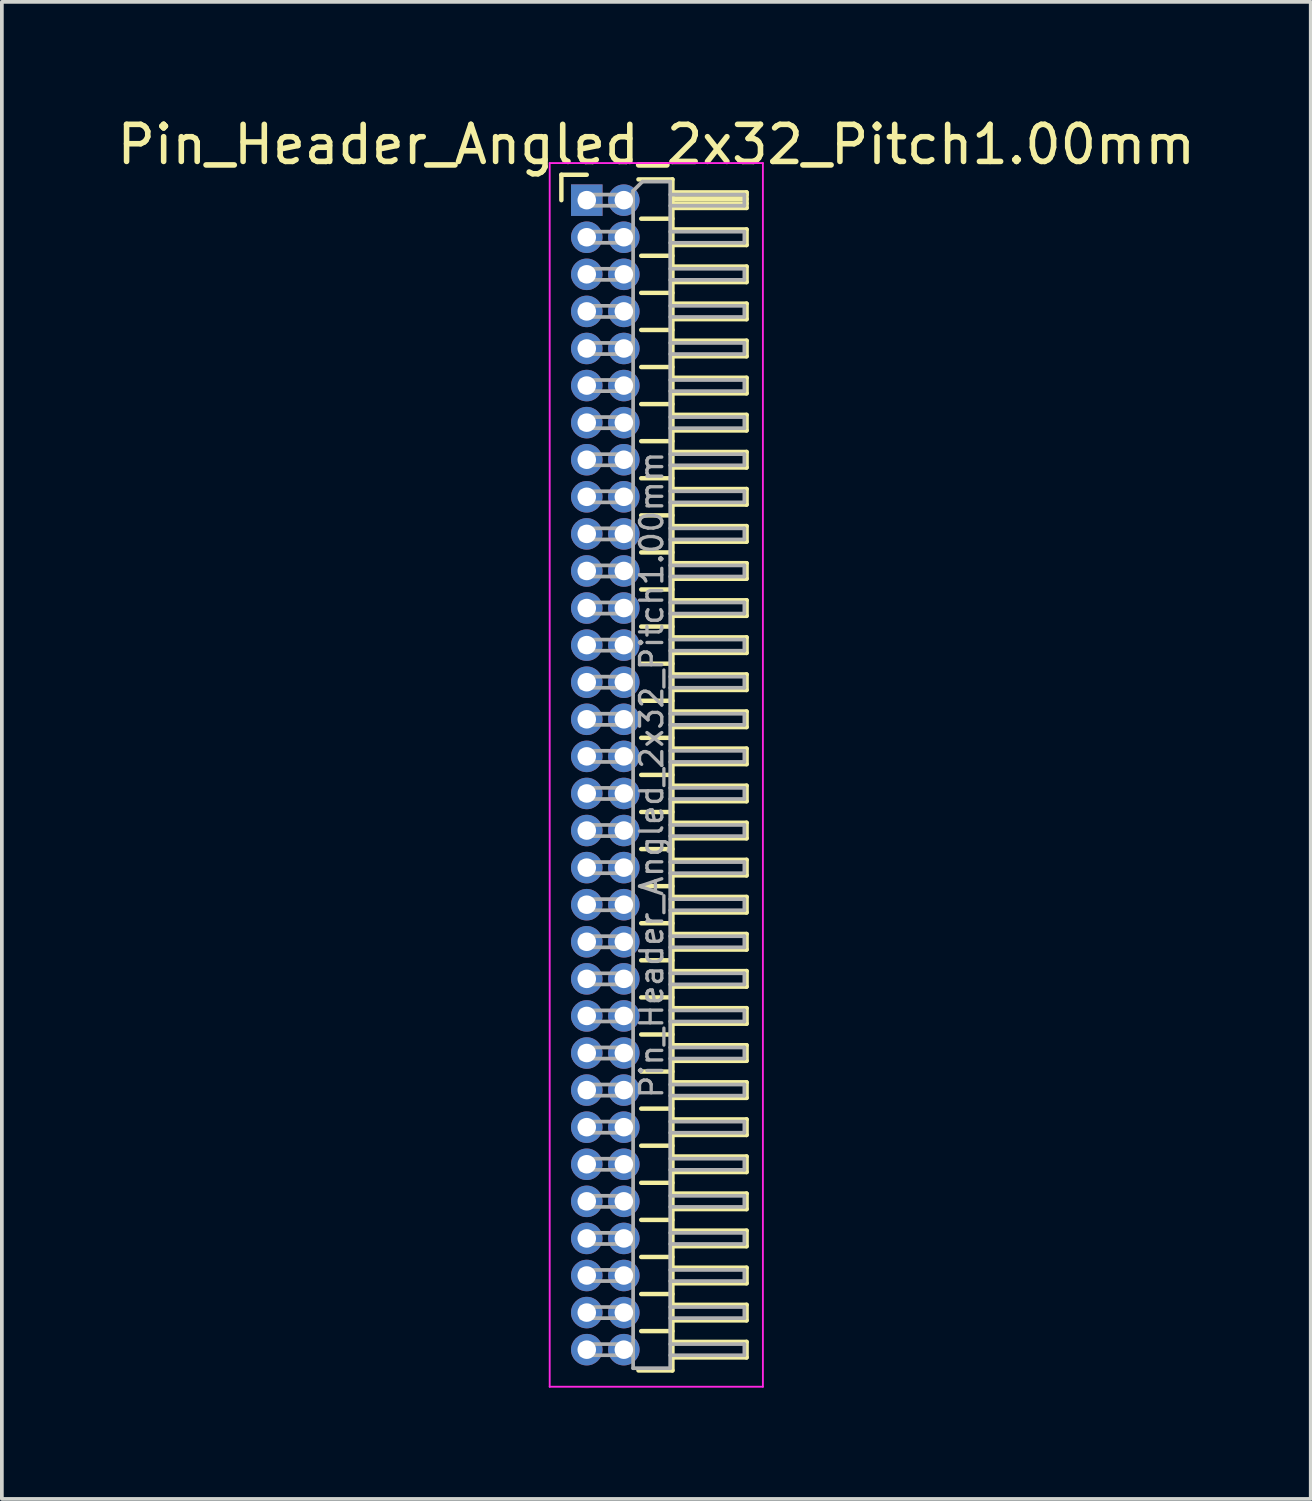
<source format=kicad_pcb>
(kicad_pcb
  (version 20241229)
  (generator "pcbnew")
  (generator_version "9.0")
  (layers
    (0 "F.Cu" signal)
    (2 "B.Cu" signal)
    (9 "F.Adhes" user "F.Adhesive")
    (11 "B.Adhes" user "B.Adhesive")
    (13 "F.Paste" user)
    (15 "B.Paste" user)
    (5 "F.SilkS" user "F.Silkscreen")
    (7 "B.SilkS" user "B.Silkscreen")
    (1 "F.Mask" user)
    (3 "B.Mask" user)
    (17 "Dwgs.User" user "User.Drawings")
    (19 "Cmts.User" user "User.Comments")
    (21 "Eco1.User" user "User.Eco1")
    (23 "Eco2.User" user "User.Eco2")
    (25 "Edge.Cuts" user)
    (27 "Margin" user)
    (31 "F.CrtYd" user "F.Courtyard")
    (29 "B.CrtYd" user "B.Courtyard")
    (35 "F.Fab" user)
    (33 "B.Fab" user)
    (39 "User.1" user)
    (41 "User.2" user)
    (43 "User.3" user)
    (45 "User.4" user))
  (footprint "Pin_Header_Angled_2x32_Pitch1.00mm"
    (layer "F.Cu")
    (at 12.774 2.348)
    (property "Reference" "Pin_Header_Angled_2x32_Pitch1.00mm" (at 1.875 -1.5 0) (layer "F.SilkS") (effects (font (size 1 1) (thickness 0.15))))
    (attr through_hole)
    (fp_line (start -0.685 -0.685) (end 0 -0.685) (stroke (width 0.12) (type solid)) (layer "F.SilkS"))
    (fp_line (start -0.685 0) (end -0.685 -0.685) (stroke (width 0.12) (type solid)) (layer "F.SilkS"))
    (fp_line (start 1.394 -0.56) (end 2.31 -0.56) (stroke (width 0.12) (type solid)) (layer "F.SilkS"))
    (fp_line (start 1.468 0.5) (end 2.31 0.5) (stroke (width 0.12) (type solid)) (layer "F.SilkS"))
    (fp_line (start 1.468 1.5) (end 2.31 1.5) (stroke (width 0.12) (type solid)) (layer "F.SilkS"))
    (fp_line (start 1.468 2.5) (end 2.31 2.5) (stroke (width 0.12) (type solid)) (layer "F.SilkS"))
    (fp_line (start 1.468 3.5) (end 2.31 3.5) (stroke (width 0.12) (type solid)) (layer "F.SilkS"))
    (fp_line (start 1.468 4.5) (end 2.31 4.5) (stroke (width 0.12) (type solid)) (layer "F.SilkS"))
    (fp_line (start 1.468 5.5) (end 2.31 5.5) (stroke (width 0.12) (type solid)) (layer "F.SilkS"))
    (fp_line (start 1.468 6.5) (end 2.31 6.5) (stroke (width 0.12) (type solid)) (layer "F.SilkS"))
    (fp_line (start 1.468 7.5) (end 2.31 7.5) (stroke (width 0.12) (type solid)) (layer "F.SilkS"))
    (fp_line (start 1.468 8.5) (end 2.31 8.5) (stroke (width 0.12) (type solid)) (layer "F.SilkS"))
    (fp_line (start 1.468 9.5) (end 2.31 9.5) (stroke (width 0.12) (type solid)) (layer "F.SilkS"))
    (fp_line (start 1.468 10.5) (end 2.31 10.5) (stroke (width 0.12) (type solid)) (layer "F.SilkS"))
    (fp_line (start 1.468 11.5) (end 2.31 11.5) (stroke (width 0.12) (type solid)) (layer "F.SilkS"))
    (fp_line (start 1.468 12.5) (end 2.31 12.5) (stroke (width 0.12) (type solid)) (layer "F.SilkS"))
    (fp_line (start 1.468 13.5) (end 2.31 13.5) (stroke (width 0.12) (type solid)) (layer "F.SilkS"))
    (fp_line (start 1.468 14.5) (end 2.31 14.5) (stroke (width 0.12) (type solid)) (layer "F.SilkS"))
    (fp_line (start 1.468 15.5) (end 2.31 15.5) (stroke (width 0.12) (type solid)) (layer "F.SilkS"))
    (fp_line (start 1.468 16.5) (end 2.31 16.5) (stroke (width 0.12) (type solid)) (layer "F.SilkS"))
    (fp_line (start 1.468 17.5) (end 2.31 17.5) (stroke (width 0.12) (type solid)) (layer "F.SilkS"))
    (fp_line (start 1.468 18.5) (end 2.31 18.5) (stroke (width 0.12) (type solid)) (layer "F.SilkS"))
    (fp_line (start 1.468 19.5) (end 2.31 19.5) (stroke (width 0.12) (type solid)) (layer "F.SilkS"))
    (fp_line (start 1.468 20.5) (end 2.31 20.5) (stroke (width 0.12) (type solid)) (layer "F.SilkS"))
    (fp_line (start 1.468 21.5) (end 2.31 21.5) (stroke (width 0.12) (type solid)) (layer "F.SilkS"))
    (fp_line (start 1.468 22.5) (end 2.31 22.5) (stroke (width 0.12) (type solid)) (layer "F.SilkS"))
    (fp_line (start 1.468 23.5) (end 2.31 23.5) (stroke (width 0.12) (type solid)) (layer "F.SilkS"))
    (fp_line (start 1.468 24.5) (end 2.31 24.5) (stroke (width 0.12) (type solid)) (layer "F.SilkS"))
    (fp_line (start 1.468 25.5) (end 2.31 25.5) (stroke (width 0.12) (type solid)) (layer "F.SilkS"))
    (fp_line (start 1.468 26.5) (end 2.31 26.5) (stroke (width 0.12) (type solid)) (layer "F.SilkS"))
    (fp_line (start 1.468 27.5) (end 2.31 27.5) (stroke (width 0.12) (type solid)) (layer "F.SilkS"))
    (fp_line (start 1.468 28.5) (end 2.31 28.5) (stroke (width 0.12) (type solid)) (layer "F.SilkS"))
    (fp_line (start 1.468 29.5) (end 2.31 29.5) (stroke (width 0.12) (type solid)) (layer "F.SilkS"))
    (fp_line (start 1.468 30.5) (end 2.31 30.5) (stroke (width 0.12) (type solid)) (layer "F.SilkS"))
    (fp_line (start 2.31 -0.56) (end 2.31 31.56) (stroke (width 0.12) (type solid)) (layer "F.SilkS"))
    (fp_line (start 2.31 -0.21) (end 4.31 -0.21) (stroke (width 0.12) (type solid)) (layer "F.SilkS"))
    (fp_line (start 2.31 -0.15) (end 4.31 -0.15) (stroke (width 0.12) (type solid)) (layer "F.SilkS"))
    (fp_line (start 2.31 -0.03) (end 4.31 -0.03) (stroke (width 0.12) (type solid)) (layer "F.SilkS"))
    (fp_line (start 2.31 0.09) (end 4.31 0.09) (stroke (width 0.12) (type solid)) (layer "F.SilkS"))
    (fp_line (start 2.31 0.79) (end 4.31 0.79) (stroke (width 0.12) (type solid)) (layer "F.SilkS"))
    (fp_line (start 2.31 1.79) (end 4.31 1.79) (stroke (width 0.12) (type solid)) (layer "F.SilkS"))
    (fp_line (start 2.31 2.79) (end 4.31 2.79) (stroke (width 0.12) (type solid)) (layer "F.SilkS"))
    (fp_line (start 2.31 3.79) (end 4.31 3.79) (stroke (width 0.12) (type solid)) (layer "F.SilkS"))
    (fp_line (start 2.31 4.79) (end 4.31 4.79) (stroke (width 0.12) (type solid)) (layer "F.SilkS"))
    (fp_line (start 2.31 5.79) (end 4.31 5.79) (stroke (width 0.12) (type solid)) (layer "F.SilkS"))
    (fp_line (start 2.31 6.79) (end 4.31 6.79) (stroke (width 0.12) (type solid)) (layer "F.SilkS"))
    (fp_line (start 2.31 7.79) (end 4.31 7.79) (stroke (width 0.12) (type solid)) (layer "F.SilkS"))
    (fp_line (start 2.31 8.79) (end 4.31 8.79) (stroke (width 0.12) (type solid)) (layer "F.SilkS"))
    (fp_line (start 2.31 9.79) (end 4.31 9.79) (stroke (width 0.12) (type solid)) (layer "F.SilkS"))
    (fp_line (start 2.31 10.79) (end 4.31 10.79) (stroke (width 0.12) (type solid)) (layer "F.SilkS"))
    (fp_line (start 2.31 11.79) (end 4.31 11.79) (stroke (width 0.12) (type solid)) (layer "F.SilkS"))
    (fp_line (start 2.31 12.79) (end 4.31 12.79) (stroke (width 0.12) (type solid)) (layer "F.SilkS"))
    (fp_line (start 2.31 13.79) (end 4.31 13.79) (stroke (width 0.12) (type solid)) (layer "F.SilkS"))
    (fp_line (start 2.31 14.79) (end 4.31 14.79) (stroke (width 0.12) (type solid)) (layer "F.SilkS"))
    (fp_line (start 2.31 15.79) (end 4.31 15.79) (stroke (width 0.12) (type solid)) (layer "F.SilkS"))
    (fp_line (start 2.31 16.79) (end 4.31 16.79) (stroke (width 0.12) (type solid)) (layer "F.SilkS"))
    (fp_line (start 2.31 17.79) (end 4.31 17.79) (stroke (width 0.12) (type solid)) (layer "F.SilkS"))
    (fp_line (start 2.31 18.79) (end 4.31 18.79) (stroke (width 0.12) (type solid)) (layer "F.SilkS"))
    (fp_line (start 2.31 19.79) (end 4.31 19.79) (stroke (width 0.12) (type solid)) (layer "F.SilkS"))
    (fp_line (start 2.31 20.79) (end 4.31 20.79) (stroke (width 0.12) (type solid)) (layer "F.SilkS"))
    (fp_line (start 2.31 21.79) (end 4.31 21.79) (stroke (width 0.12) (type solid)) (layer "F.SilkS"))
    (fp_line (start 2.31 22.79) (end 4.31 22.79) (stroke (width 0.12) (type solid)) (layer "F.SilkS"))
    (fp_line (start 2.31 23.79) (end 4.31 23.79) (stroke (width 0.12) (type solid)) (layer "F.SilkS"))
    (fp_line (start 2.31 24.79) (end 4.31 24.79) (stroke (width 0.12) (type solid)) (layer "F.SilkS"))
    (fp_line (start 2.31 25.79) (end 4.31 25.79) (stroke (width 0.12) (type solid)) (layer "F.SilkS"))
    (fp_line (start 2.31 26.79) (end 4.31 26.79) (stroke (width 0.12) (type solid)) (layer "F.SilkS"))
    (fp_line (start 2.31 27.79) (end 4.31 27.79) (stroke (width 0.12) (type solid)) (layer "F.SilkS"))
    (fp_line (start 2.31 28.79) (end 4.31 28.79) (stroke (width 0.12) (type solid)) (layer "F.SilkS"))
    (fp_line (start 2.31 29.79) (end 4.31 29.79) (stroke (width 0.12) (type solid)) (layer "F.SilkS"))
    (fp_line (start 2.31 30.79) (end 4.31 30.79) (stroke (width 0.12) (type solid)) (layer "F.SilkS"))
    (fp_line (start 2.31 31.56) (end 1.394 31.56) (stroke (width 0.12) (type solid)) (layer "F.SilkS"))
    (fp_line (start 4.31 -0.21) (end 4.31 0.21) (stroke (width 0.12) (type solid)) (layer "F.SilkS"))
    (fp_line (start 4.31 0.21) (end 2.31 0.21) (stroke (width 0.12) (type solid)) (layer "F.SilkS"))
    (fp_line (start 4.31 0.79) (end 4.31 1.21) (stroke (width 0.12) (type solid)) (layer "F.SilkS"))
    (fp_line (start 4.31 1.21) (end 2.31 1.21) (stroke (width 0.12) (type solid)) (layer "F.SilkS"))
    (fp_line (start 4.31 1.79) (end 4.31 2.21) (stroke (width 0.12) (type solid)) (layer "F.SilkS"))
    (fp_line (start 4.31 2.21) (end 2.31 2.21) (stroke (width 0.12) (type solid)) (layer "F.SilkS"))
    (fp_line (start 4.31 2.79) (end 4.31 3.21) (stroke (width 0.12) (type solid)) (layer "F.SilkS"))
    (fp_line (start 4.31 3.21) (end 2.31 3.21) (stroke (width 0.12) (type solid)) (layer "F.SilkS"))
    (fp_line (start 4.31 3.79) (end 4.31 4.21) (stroke (width 0.12) (type solid)) (layer "F.SilkS"))
    (fp_line (start 4.31 4.21) (end 2.31 4.21) (stroke (width 0.12) (type solid)) (layer "F.SilkS"))
    (fp_line (start 4.31 4.79) (end 4.31 5.21) (stroke (width 0.12) (type solid)) (layer "F.SilkS"))
    (fp_line (start 4.31 5.21) (end 2.31 5.21) (stroke (width 0.12) (type solid)) (layer "F.SilkS"))
    (fp_line (start 4.31 5.79) (end 4.31 6.21) (stroke (width 0.12) (type solid)) (layer "F.SilkS"))
    (fp_line (start 4.31 6.21) (end 2.31 6.21) (stroke (width 0.12) (type solid)) (layer "F.SilkS"))
    (fp_line (start 4.31 6.79) (end 4.31 7.21) (stroke (width 0.12) (type solid)) (layer "F.SilkS"))
    (fp_line (start 4.31 7.21) (end 2.31 7.21) (stroke (width 0.12) (type solid)) (layer "F.SilkS"))
    (fp_line (start 4.31 7.79) (end 4.31 8.21) (stroke (width 0.12) (type solid)) (layer "F.SilkS"))
    (fp_line (start 4.31 8.21) (end 2.31 8.21) (stroke (width 0.12) (type solid)) (layer "F.SilkS"))
    (fp_line (start 4.31 8.79) (end 4.31 9.21) (stroke (width 0.12) (type solid)) (layer "F.SilkS"))
    (fp_line (start 4.31 9.21) (end 2.31 9.21) (stroke (width 0.12) (type solid)) (layer "F.SilkS"))
    (fp_line (start 4.31 9.79) (end 4.31 10.21) (stroke (width 0.12) (type solid)) (layer "F.SilkS"))
    (fp_line (start 4.31 10.21) (end 2.31 10.21) (stroke (width 0.12) (type solid)) (layer "F.SilkS"))
    (fp_line (start 4.31 10.79) (end 4.31 11.21) (stroke (width 0.12) (type solid)) (layer "F.SilkS"))
    (fp_line (start 4.31 11.21) (end 2.31 11.21) (stroke (width 0.12) (type solid)) (layer "F.SilkS"))
    (fp_line (start 4.31 11.79) (end 4.31 12.21) (stroke (width 0.12) (type solid)) (layer "F.SilkS"))
    (fp_line (start 4.31 12.21) (end 2.31 12.21) (stroke (width 0.12) (type solid)) (layer "F.SilkS"))
    (fp_line (start 4.31 12.79) (end 4.31 13.21) (stroke (width 0.12) (type solid)) (layer "F.SilkS"))
    (fp_line (start 4.31 13.21) (end 2.31 13.21) (stroke (width 0.12) (type solid)) (layer "F.SilkS"))
    (fp_line (start 4.31 13.79) (end 4.31 14.21) (stroke (width 0.12) (type solid)) (layer "F.SilkS"))
    (fp_line (start 4.31 14.21) (end 2.31 14.21) (stroke (width 0.12) (type solid)) (layer "F.SilkS"))
    (fp_line (start 4.31 14.79) (end 4.31 15.21) (stroke (width 0.12) (type solid)) (layer "F.SilkS"))
    (fp_line (start 4.31 15.21) (end 2.31 15.21) (stroke (width 0.12) (type solid)) (layer "F.SilkS"))
    (fp_line (start 4.31 15.79) (end 4.31 16.21) (stroke (width 0.12) (type solid)) (layer "F.SilkS"))
    (fp_line (start 4.31 16.21) (end 2.31 16.21) (stroke (width 0.12) (type solid)) (layer "F.SilkS"))
    (fp_line (start 4.31 16.79) (end 4.31 17.21) (stroke (width 0.12) (type solid)) (layer "F.SilkS"))
    (fp_line (start 4.31 17.21) (end 2.31 17.21) (stroke (width 0.12) (type solid)) (layer "F.SilkS"))
    (fp_line (start 4.31 17.79) (end 4.31 18.21) (stroke (width 0.12) (type solid)) (layer "F.SilkS"))
    (fp_line (start 4.31 18.21) (end 2.31 18.21) (stroke (width 0.12) (type solid)) (layer "F.SilkS"))
    (fp_line (start 4.31 18.79) (end 4.31 19.21) (stroke (width 0.12) (type solid)) (layer "F.SilkS"))
    (fp_line (start 4.31 19.21) (end 2.31 19.21) (stroke (width 0.12) (type solid)) (layer "F.SilkS"))
    (fp_line (start 4.31 19.79) (end 4.31 20.21) (stroke (width 0.12) (type solid)) (layer "F.SilkS"))
    (fp_line (start 4.31 20.21) (end 2.31 20.21) (stroke (width 0.12) (type solid)) (layer "F.SilkS"))
    (fp_line (start 4.31 20.79) (end 4.31 21.21) (stroke (width 0.12) (type solid)) (layer "F.SilkS"))
    (fp_line (start 4.31 21.21) (end 2.31 21.21) (stroke (width 0.12) (type solid)) (layer "F.SilkS"))
    (fp_line (start 4.31 21.79) (end 4.31 22.21) (stroke (width 0.12) (type solid)) (layer "F.SilkS"))
    (fp_line (start 4.31 22.21) (end 2.31 22.21) (stroke (width 0.12) (type solid)) (layer "F.SilkS"))
    (fp_line (start 4.31 22.79) (end 4.31 23.21) (stroke (width 0.12) (type solid)) (layer "F.SilkS"))
    (fp_line (start 4.31 23.21) (end 2.31 23.21) (stroke (width 0.12) (type solid)) (layer "F.SilkS"))
    (fp_line (start 4.31 23.79) (end 4.31 24.21) (stroke (width 0.12) (type solid)) (layer "F.SilkS"))
    (fp_line (start 4.31 24.21) (end 2.31 24.21) (stroke (width 0.12) (type solid)) (layer "F.SilkS"))
    (fp_line (start 4.31 24.79) (end 4.31 25.21) (stroke (width 0.12) (type solid)) (layer "F.SilkS"))
    (fp_line (start 4.31 25.21) (end 2.31 25.21) (stroke (width 0.12) (type solid)) (layer "F.SilkS"))
    (fp_line (start 4.31 25.79) (end 4.31 26.21) (stroke (width 0.12) (type solid)) (layer "F.SilkS"))
    (fp_line (start 4.31 26.21) (end 2.31 26.21) (stroke (width 0.12) (type solid)) (layer "F.SilkS"))
    (fp_line (start 4.31 26.79) (end 4.31 27.21) (stroke (width 0.12) (type solid)) (layer "F.SilkS"))
    (fp_line (start 4.31 27.21) (end 2.31 27.21) (stroke (width 0.12) (type solid)) (layer "F.SilkS"))
    (fp_line (start 4.31 27.79) (end 4.31 28.21) (stroke (width 0.12) (type solid)) (layer "F.SilkS"))
    (fp_line (start 4.31 28.21) (end 2.31 28.21) (stroke (width 0.12) (type solid)) (layer "F.SilkS"))
    (fp_line (start 4.31 28.79) (end 4.31 29.21) (stroke (width 0.12) (type solid)) (layer "F.SilkS"))
    (fp_line (start 4.31 29.21) (end 2.31 29.21) (stroke (width 0.12) (type solid)) (layer "F.SilkS"))
    (fp_line (start 4.31 29.79) (end 4.31 30.21) (stroke (width 0.12) (type solid)) (layer "F.SilkS"))
    (fp_line (start 4.31 30.21) (end 2.31 30.21) (stroke (width 0.12) (type solid)) (layer "F.SilkS"))
    (fp_line (start 4.31 30.79) (end 4.31 31.21) (stroke (width 0.12) (type solid)) (layer "F.SilkS"))
    (fp_line (start 4.31 31.21) (end 2.31 31.21) (stroke (width 0.12) (type solid)) (layer "F.SilkS"))
    (fp_line (start -1 -1) (end -1 32) (stroke (width 0.05) (type solid)) (layer "F.CrtYd"))
    (fp_line (start -1 32) (end 4.75 32) (stroke (width 0.05) (type solid)) (layer "F.CrtYd"))
    (fp_line (start 4.75 -1) (end -1 -1) (stroke (width 0.05) (type solid)) (layer "F.CrtYd"))
    (fp_line (start 4.75 32) (end 4.75 -1) (stroke (width 0.05) (type solid)) (layer "F.CrtYd"))
    (fp_line (start -0.15 -0.15) (end -0.15 0.15) (stroke (width 0.1) (type solid)) (layer "F.Fab"))
    (fp_line (start -0.15 -0.15) (end 1.25 -0.15) (stroke (width 0.1) (type solid)) (layer "F.Fab"))
    (fp_line (start -0.15 0.15) (end 1.25 0.15) (stroke (width 0.1) (type solid)) (layer "F.Fab"))
    (fp_line (start -0.15 0.85) (end -0.15 1.15) (stroke (width 0.1) (type solid)) (layer "F.Fab"))
    (fp_line (start -0.15 0.85) (end 1.25 0.85) (stroke (width 0.1) (type solid)) (layer "F.Fab"))
    (fp_line (start -0.15 1.15) (end 1.25 1.15) (stroke (width 0.1) (type solid)) (layer "F.Fab"))
    (fp_line (start -0.15 1.85) (end -0.15 2.15) (stroke (width 0.1) (type solid)) (layer "F.Fab"))
    (fp_line (start -0.15 1.85) (end 1.25 1.85) (stroke (width 0.1) (type solid)) (layer "F.Fab"))
    (fp_line (start -0.15 2.15) (end 1.25 2.15) (stroke (width 0.1) (type solid)) (layer "F.Fab"))
    (fp_line (start -0.15 2.85) (end -0.15 3.15) (stroke (width 0.1) (type solid)) (layer "F.Fab"))
    (fp_line (start -0.15 2.85) (end 1.25 2.85) (stroke (width 0.1) (type solid)) (layer "F.Fab"))
    (fp_line (start -0.15 3.15) (end 1.25 3.15) (stroke (width 0.1) (type solid)) (layer "F.Fab"))
    (fp_line (start -0.15 3.85) (end -0.15 4.15) (stroke (width 0.1) (type solid)) (layer "F.Fab"))
    (fp_line (start -0.15 3.85) (end 1.25 3.85) (stroke (width 0.1) (type solid)) (layer "F.Fab"))
    (fp_line (start -0.15 4.15) (end 1.25 4.15) (stroke (width 0.1) (type solid)) (layer "F.Fab"))
    (fp_line (start -0.15 4.85) (end -0.15 5.15) (stroke (width 0.1) (type solid)) (layer "F.Fab"))
    (fp_line (start -0.15 4.85) (end 1.25 4.85) (stroke (width 0.1) (type solid)) (layer "F.Fab"))
    (fp_line (start -0.15 5.15) (end 1.25 5.15) (stroke (width 0.1) (type solid)) (layer "F.Fab"))
    (fp_line (start -0.15 5.85) (end -0.15 6.15) (stroke (width 0.1) (type solid)) (layer "F.Fab"))
    (fp_line (start -0.15 5.85) (end 1.25 5.85) (stroke (width 0.1) (type solid)) (layer "F.Fab"))
    (fp_line (start -0.15 6.15) (end 1.25 6.15) (stroke (width 0.1) (type solid)) (layer "F.Fab"))
    (fp_line (start -0.15 6.85) (end -0.15 7.15) (stroke (width 0.1) (type solid)) (layer "F.Fab"))
    (fp_line (start -0.15 6.85) (end 1.25 6.85) (stroke (width 0.1) (type solid)) (layer "F.Fab"))
    (fp_line (start -0.15 7.15) (end 1.25 7.15) (stroke (width 0.1) (type solid)) (layer "F.Fab"))
    (fp_line (start -0.15 7.85) (end -0.15 8.15) (stroke (width 0.1) (type solid)) (layer "F.Fab"))
    (fp_line (start -0.15 7.85) (end 1.25 7.85) (stroke (width 0.1) (type solid)) (layer "F.Fab"))
    (fp_line (start -0.15 8.15) (end 1.25 8.15) (stroke (width 0.1) (type solid)) (layer "F.Fab"))
    (fp_line (start -0.15 8.85) (end -0.15 9.15) (stroke (width 0.1) (type solid)) (layer "F.Fab"))
    (fp_line (start -0.15 8.85) (end 1.25 8.85) (stroke (width 0.1) (type solid)) (layer "F.Fab"))
    (fp_line (start -0.15 9.15) (end 1.25 9.15) (stroke (width 0.1) (type solid)) (layer "F.Fab"))
    (fp_line (start -0.15 9.85) (end -0.15 10.15) (stroke (width 0.1) (type solid)) (layer "F.Fab"))
    (fp_line (start -0.15 9.85) (end 1.25 9.85) (stroke (width 0.1) (type solid)) (layer "F.Fab"))
    (fp_line (start -0.15 10.15) (end 1.25 10.15) (stroke (width 0.1) (type solid)) (layer "F.Fab"))
    (fp_line (start -0.15 10.85) (end -0.15 11.15) (stroke (width 0.1) (type solid)) (layer "F.Fab"))
    (fp_line (start -0.15 10.85) (end 1.25 10.85) (stroke (width 0.1) (type solid)) (layer "F.Fab"))
    (fp_line (start -0.15 11.15) (end 1.25 11.15) (stroke (width 0.1) (type solid)) (layer "F.Fab"))
    (fp_line (start -0.15 11.85) (end -0.15 12.15) (stroke (width 0.1) (type solid)) (layer "F.Fab"))
    (fp_line (start -0.15 11.85) (end 1.25 11.85) (stroke (width 0.1) (type solid)) (layer "F.Fab"))
    (fp_line (start -0.15 12.15) (end 1.25 12.15) (stroke (width 0.1) (type solid)) (layer "F.Fab"))
    (fp_line (start -0.15 12.85) (end -0.15 13.15) (stroke (width 0.1) (type solid)) (layer "F.Fab"))
    (fp_line (start -0.15 12.85) (end 1.25 12.85) (stroke (width 0.1) (type solid)) (layer "F.Fab"))
    (fp_line (start -0.15 13.15) (end 1.25 13.15) (stroke (width 0.1) (type solid)) (layer "F.Fab"))
    (fp_line (start -0.15 13.85) (end -0.15 14.15) (stroke (width 0.1) (type solid)) (layer "F.Fab"))
    (fp_line (start -0.15 13.85) (end 1.25 13.85) (stroke (width 0.1) (type solid)) (layer "F.Fab"))
    (fp_line (start -0.15 14.15) (end 1.25 14.15) (stroke (width 0.1) (type solid)) (layer "F.Fab"))
    (fp_line (start -0.15 14.85) (end -0.15 15.15) (stroke (width 0.1) (type solid)) (layer "F.Fab"))
    (fp_line (start -0.15 14.85) (end 1.25 14.85) (stroke (width 0.1) (type solid)) (layer "F.Fab"))
    (fp_line (start -0.15 15.15) (end 1.25 15.15) (stroke (width 0.1) (type solid)) (layer "F.Fab"))
    (fp_line (start -0.15 15.85) (end -0.15 16.15) (stroke (width 0.1) (type solid)) (layer "F.Fab"))
    (fp_line (start -0.15 15.85) (end 1.25 15.85) (stroke (width 0.1) (type solid)) (layer "F.Fab"))
    (fp_line (start -0.15 16.15) (end 1.25 16.15) (stroke (width 0.1) (type solid)) (layer "F.Fab"))
    (fp_line (start -0.15 16.85) (end -0.15 17.15) (stroke (width 0.1) (type solid)) (layer "F.Fab"))
    (fp_line (start -0.15 16.85) (end 1.25 16.85) (stroke (width 0.1) (type solid)) (layer "F.Fab"))
    (fp_line (start -0.15 17.15) (end 1.25 17.15) (stroke (width 0.1) (type solid)) (layer "F.Fab"))
    (fp_line (start -0.15 17.85) (end -0.15 18.15) (stroke (width 0.1) (type solid)) (layer "F.Fab"))
    (fp_line (start -0.15 17.85) (end 1.25 17.85) (stroke (width 0.1) (type solid)) (layer "F.Fab"))
    (fp_line (start -0.15 18.15) (end 1.25 18.15) (stroke (width 0.1) (type solid)) (layer "F.Fab"))
    (fp_line (start -0.15 18.85) (end -0.15 19.15) (stroke (width 0.1) (type solid)) (layer "F.Fab"))
    (fp_line (start -0.15 18.85) (end 1.25 18.85) (stroke (width 0.1) (type solid)) (layer "F.Fab"))
    (fp_line (start -0.15 19.15) (end 1.25 19.15) (stroke (width 0.1) (type solid)) (layer "F.Fab"))
    (fp_line (start -0.15 19.85) (end -0.15 20.15) (stroke (width 0.1) (type solid)) (layer "F.Fab"))
    (fp_line (start -0.15 19.85) (end 1.25 19.85) (stroke (width 0.1) (type solid)) (layer "F.Fab"))
    (fp_line (start -0.15 20.15) (end 1.25 20.15) (stroke (width 0.1) (type solid)) (layer "F.Fab"))
    (fp_line (start -0.15 20.85) (end -0.15 21.15) (stroke (width 0.1) (type solid)) (layer "F.Fab"))
    (fp_line (start -0.15 20.85) (end 1.25 20.85) (stroke (width 0.1) (type solid)) (layer "F.Fab"))
    (fp_line (start -0.15 21.15) (end 1.25 21.15) (stroke (width 0.1) (type solid)) (layer "F.Fab"))
    (fp_line (start -0.15 21.85) (end -0.15 22.15) (stroke (width 0.1) (type solid)) (layer "F.Fab"))
    (fp_line (start -0.15 21.85) (end 1.25 21.85) (stroke (width 0.1) (type solid)) (layer "F.Fab"))
    (fp_line (start -0.15 22.15) (end 1.25 22.15) (stroke (width 0.1) (type solid)) (layer "F.Fab"))
    (fp_line (start -0.15 22.85) (end -0.15 23.15) (stroke (width 0.1) (type solid)) (layer "F.Fab"))
    (fp_line (start -0.15 22.85) (end 1.25 22.85) (stroke (width 0.1) (type solid)) (layer "F.Fab"))
    (fp_line (start -0.15 23.15) (end 1.25 23.15) (stroke (width 0.1) (type solid)) (layer "F.Fab"))
    (fp_line (start -0.15 23.85) (end -0.15 24.15) (stroke (width 0.1) (type solid)) (layer "F.Fab"))
    (fp_line (start -0.15 23.85) (end 1.25 23.85) (stroke (width 0.1) (type solid)) (layer "F.Fab"))
    (fp_line (start -0.15 24.15) (end 1.25 24.15) (stroke (width 0.1) (type solid)) (layer "F.Fab"))
    (fp_line (start -0.15 24.85) (end -0.15 25.15) (stroke (width 0.1) (type solid)) (layer "F.Fab"))
    (fp_line (start -0.15 24.85) (end 1.25 24.85) (stroke (width 0.1) (type solid)) (layer "F.Fab"))
    (fp_line (start -0.15 25.15) (end 1.25 25.15) (stroke (width 0.1) (type solid)) (layer "F.Fab"))
    (fp_line (start -0.15 25.85) (end -0.15 26.15) (stroke (width 0.1) (type solid)) (layer "F.Fab"))
    (fp_line (start -0.15 25.85) (end 1.25 25.85) (stroke (width 0.1) (type solid)) (layer "F.Fab"))
    (fp_line (start -0.15 26.15) (end 1.25 26.15) (stroke (width 0.1) (type solid)) (layer "F.Fab"))
    (fp_line (start -0.15 26.85) (end -0.15 27.15) (stroke (width 0.1) (type solid)) (layer "F.Fab"))
    (fp_line (start -0.15 26.85) (end 1.25 26.85) (stroke (width 0.1) (type solid)) (layer "F.Fab"))
    (fp_line (start -0.15 27.15) (end 1.25 27.15) (stroke (width 0.1) (type solid)) (layer "F.Fab"))
    (fp_line (start -0.15 27.85) (end -0.15 28.15) (stroke (width 0.1) (type solid)) (layer "F.Fab"))
    (fp_line (start -0.15 27.85) (end 1.25 27.85) (stroke (width 0.1) (type solid)) (layer "F.Fab"))
    (fp_line (start -0.15 28.15) (end 1.25 28.15) (stroke (width 0.1) (type solid)) (layer "F.Fab"))
    (fp_line (start -0.15 28.85) (end -0.15 29.15) (stroke (width 0.1) (type solid)) (layer "F.Fab"))
    (fp_line (start -0.15 28.85) (end 1.25 28.85) (stroke (width 0.1) (type solid)) (layer "F.Fab"))
    (fp_line (start -0.15 29.15) (end 1.25 29.15) (stroke (width 0.1) (type solid)) (layer "F.Fab"))
    (fp_line (start -0.15 29.85) (end -0.15 30.15) (stroke (width 0.1) (type solid)) (layer "F.Fab"))
    (fp_line (start -0.15 29.85) (end 1.25 29.85) (stroke (width 0.1) (type solid)) (layer "F.Fab"))
    (fp_line (start -0.15 30.15) (end 1.25 30.15) (stroke (width 0.1) (type solid)) (layer "F.Fab"))
    (fp_line (start -0.15 30.85) (end -0.15 31.15) (stroke (width 0.1) (type solid)) (layer "F.Fab"))
    (fp_line (start -0.15 30.85) (end 1.25 30.85) (stroke (width 0.1) (type solid)) (layer "F.Fab"))
    (fp_line (start -0.15 31.15) (end 1.25 31.15) (stroke (width 0.1) (type solid)) (layer "F.Fab"))
    (fp_line (start 1.25 -0.25) (end 1.5 -0.5) (stroke (width 0.1) (type solid)) (layer "F.Fab"))
    (fp_line (start 1.25 31.5) (end 1.25 -0.25) (stroke (width 0.1) (type solid)) (layer "F.Fab"))
    (fp_line (start 1.5 -0.5) (end 2.25 -0.5) (stroke (width 0.1) (type solid)) (layer "F.Fab"))
    (fp_line (start 2.25 -0.5) (end 2.25 31.5) (stroke (width 0.1) (type solid)) (layer "F.Fab"))
    (fp_line (start 2.25 -0.15) (end 4.25 -0.15) (stroke (width 0.1) (type solid)) (layer "F.Fab"))
    (fp_line (start 2.25 0.15) (end 4.25 0.15) (stroke (width 0.1) (type solid)) (layer "F.Fab"))
    (fp_line (start 2.25 0.85) (end 4.25 0.85) (stroke (width 0.1) (type solid)) (layer "F.Fab"))
    (fp_line (start 2.25 1.15) (end 4.25 1.15) (stroke (width 0.1) (type solid)) (layer "F.Fab"))
    (fp_line (start 2.25 1.85) (end 4.25 1.85) (stroke (width 0.1) (type solid)) (layer "F.Fab"))
    (fp_line (start 2.25 2.15) (end 4.25 2.15) (stroke (width 0.1) (type solid)) (layer "F.Fab"))
    (fp_line (start 2.25 2.85) (end 4.25 2.85) (stroke (width 0.1) (type solid)) (layer "F.Fab"))
    (fp_line (start 2.25 3.15) (end 4.25 3.15) (stroke (width 0.1) (type solid)) (layer "F.Fab"))
    (fp_line (start 2.25 3.85) (end 4.25 3.85) (stroke (width 0.1) (type solid)) (layer "F.Fab"))
    (fp_line (start 2.25 4.15) (end 4.25 4.15) (stroke (width 0.1) (type solid)) (layer "F.Fab"))
    (fp_line (start 2.25 4.85) (end 4.25 4.85) (stroke (width 0.1) (type solid)) (layer "F.Fab"))
    (fp_line (start 2.25 5.15) (end 4.25 5.15) (stroke (width 0.1) (type solid)) (layer "F.Fab"))
    (fp_line (start 2.25 5.85) (end 4.25 5.85) (stroke (width 0.1) (type solid)) (layer "F.Fab"))
    (fp_line (start 2.25 6.15) (end 4.25 6.15) (stroke (width 0.1) (type solid)) (layer "F.Fab"))
    (fp_line (start 2.25 6.85) (end 4.25 6.85) (stroke (width 0.1) (type solid)) (layer "F.Fab"))
    (fp_line (start 2.25 7.15) (end 4.25 7.15) (stroke (width 0.1) (type solid)) (layer "F.Fab"))
    (fp_line (start 2.25 7.85) (end 4.25 7.85) (stroke (width 0.1) (type solid)) (layer "F.Fab"))
    (fp_line (start 2.25 8.15) (end 4.25 8.15) (stroke (width 0.1) (type solid)) (layer "F.Fab"))
    (fp_line (start 2.25 8.85) (end 4.25 8.85) (stroke (width 0.1) (type solid)) (layer "F.Fab"))
    (fp_line (start 2.25 9.15) (end 4.25 9.15) (stroke (width 0.1) (type solid)) (layer "F.Fab"))
    (fp_line (start 2.25 9.85) (end 4.25 9.85) (stroke (width 0.1) (type solid)) (layer "F.Fab"))
    (fp_line (start 2.25 10.15) (end 4.25 10.15) (stroke (width 0.1) (type solid)) (layer "F.Fab"))
    (fp_line (start 2.25 10.85) (end 4.25 10.85) (stroke (width 0.1) (type solid)) (layer "F.Fab"))
    (fp_line (start 2.25 11.15) (end 4.25 11.15) (stroke (width 0.1) (type solid)) (layer "F.Fab"))
    (fp_line (start 2.25 11.85) (end 4.25 11.85) (stroke (width 0.1) (type solid)) (layer "F.Fab"))
    (fp_line (start 2.25 12.15) (end 4.25 12.15) (stroke (width 0.1) (type solid)) (layer "F.Fab"))
    (fp_line (start 2.25 12.85) (end 4.25 12.85) (stroke (width 0.1) (type solid)) (layer "F.Fab"))
    (fp_line (start 2.25 13.15) (end 4.25 13.15) (stroke (width 0.1) (type solid)) (layer "F.Fab"))
    (fp_line (start 2.25 13.85) (end 4.25 13.85) (stroke (width 0.1) (type solid)) (layer "F.Fab"))
    (fp_line (start 2.25 14.15) (end 4.25 14.15) (stroke (width 0.1) (type solid)) (layer "F.Fab"))
    (fp_line (start 2.25 14.85) (end 4.25 14.85) (stroke (width 0.1) (type solid)) (layer "F.Fab"))
    (fp_line (start 2.25 15.15) (end 4.25 15.15) (stroke (width 0.1) (type solid)) (layer "F.Fab"))
    (fp_line (start 2.25 15.85) (end 4.25 15.85) (stroke (width 0.1) (type solid)) (layer "F.Fab"))
    (fp_line (start 2.25 16.15) (end 4.25 16.15) (stroke (width 0.1) (type solid)) (layer "F.Fab"))
    (fp_line (start 2.25 16.85) (end 4.25 16.85) (stroke (width 0.1) (type solid)) (layer "F.Fab"))
    (fp_line (start 2.25 17.15) (end 4.25 17.15) (stroke (width 0.1) (type solid)) (layer "F.Fab"))
    (fp_line (start 2.25 17.85) (end 4.25 17.85) (stroke (width 0.1) (type solid)) (layer "F.Fab"))
    (fp_line (start 2.25 18.15) (end 4.25 18.15) (stroke (width 0.1) (type solid)) (layer "F.Fab"))
    (fp_line (start 2.25 18.85) (end 4.25 18.85) (stroke (width 0.1) (type solid)) (layer "F.Fab"))
    (fp_line (start 2.25 19.15) (end 4.25 19.15) (stroke (width 0.1) (type solid)) (layer "F.Fab"))
    (fp_line (start 2.25 19.85) (end 4.25 19.85) (stroke (width 0.1) (type solid)) (layer "F.Fab"))
    (fp_line (start 2.25 20.15) (end 4.25 20.15) (stroke (width 0.1) (type solid)) (layer "F.Fab"))
    (fp_line (start 2.25 20.85) (end 4.25 20.85) (stroke (width 0.1) (type solid)) (layer "F.Fab"))
    (fp_line (start 2.25 21.15) (end 4.25 21.15) (stroke (width 0.1) (type solid)) (layer "F.Fab"))
    (fp_line (start 2.25 21.85) (end 4.25 21.85) (stroke (width 0.1) (type solid)) (layer "F.Fab"))
    (fp_line (start 2.25 22.15) (end 4.25 22.15) (stroke (width 0.1) (type solid)) (layer "F.Fab"))
    (fp_line (start 2.25 22.85) (end 4.25 22.85) (stroke (width 0.1) (type solid)) (layer "F.Fab"))
    (fp_line (start 2.25 23.15) (end 4.25 23.15) (stroke (width 0.1) (type solid)) (layer "F.Fab"))
    (fp_line (start 2.25 23.85) (end 4.25 23.85) (stroke (width 0.1) (type solid)) (layer "F.Fab"))
    (fp_line (start 2.25 24.15) (end 4.25 24.15) (stroke (width 0.1) (type solid)) (layer "F.Fab"))
    (fp_line (start 2.25 24.85) (end 4.25 24.85) (stroke (width 0.1) (type solid)) (layer "F.Fab"))
    (fp_line (start 2.25 25.15) (end 4.25 25.15) (stroke (width 0.1) (type solid)) (layer "F.Fab"))
    (fp_line (start 2.25 25.85) (end 4.25 25.85) (stroke (width 0.1) (type solid)) (layer "F.Fab"))
    (fp_line (start 2.25 26.15) (end 4.25 26.15) (stroke (width 0.1) (type solid)) (layer "F.Fab"))
    (fp_line (start 2.25 26.85) (end 4.25 26.85) (stroke (width 0.1) (type solid)) (layer "F.Fab"))
    (fp_line (start 2.25 27.15) (end 4.25 27.15) (stroke (width 0.1) (type solid)) (layer "F.Fab"))
    (fp_line (start 2.25 27.85) (end 4.25 27.85) (stroke (width 0.1) (type solid)) (layer "F.Fab"))
    (fp_line (start 2.25 28.15) (end 4.25 28.15) (stroke (width 0.1) (type solid)) (layer "F.Fab"))
    (fp_line (start 2.25 28.85) (end 4.25 28.85) (stroke (width 0.1) (type solid)) (layer "F.Fab"))
    (fp_line (start 2.25 29.15) (end 4.25 29.15) (stroke (width 0.1) (type solid)) (layer "F.Fab"))
    (fp_line (start 2.25 29.85) (end 4.25 29.85) (stroke (width 0.1) (type solid)) (layer "F.Fab"))
    (fp_line (start 2.25 30.15) (end 4.25 30.15) (stroke (width 0.1) (type solid)) (layer "F.Fab"))
    (fp_line (start 2.25 30.85) (end 4.25 30.85) (stroke (width 0.1) (type solid)) (layer "F.Fab"))
    (fp_line (start 2.25 31.15) (end 4.25 31.15) (stroke (width 0.1) (type solid)) (layer "F.Fab"))
    (fp_line (start 2.25 31.5) (end 1.25 31.5) (stroke (width 0.1) (type solid)) (layer "F.Fab"))
    (fp_line (start 4.25 -0.15) (end 4.25 0.15) (stroke (width 0.1) (type solid)) (layer "F.Fab"))
    (fp_line (start 4.25 0.85) (end 4.25 1.15) (stroke (width 0.1) (type solid)) (layer "F.Fab"))
    (fp_line (start 4.25 1.85) (end 4.25 2.15) (stroke (width 0.1) (type solid)) (layer "F.Fab"))
    (fp_line (start 4.25 2.85) (end 4.25 3.15) (stroke (width 0.1) (type solid)) (layer "F.Fab"))
    (fp_line (start 4.25 3.85) (end 4.25 4.15) (stroke (width 0.1) (type solid)) (layer "F.Fab"))
    (fp_line (start 4.25 4.85) (end 4.25 5.15) (stroke (width 0.1) (type solid)) (layer "F.Fab"))
    (fp_line (start 4.25 5.85) (end 4.25 6.15) (stroke (width 0.1) (type solid)) (layer "F.Fab"))
    (fp_line (start 4.25 6.85) (end 4.25 7.15) (stroke (width 0.1) (type solid)) (layer "F.Fab"))
    (fp_line (start 4.25 7.85) (end 4.25 8.15) (stroke (width 0.1) (type solid)) (layer "F.Fab"))
    (fp_line (start 4.25 8.85) (end 4.25 9.15) (stroke (width 0.1) (type solid)) (layer "F.Fab"))
    (fp_line (start 4.25 9.85) (end 4.25 10.15) (stroke (width 0.1) (type solid)) (layer "F.Fab"))
    (fp_line (start 4.25 10.85) (end 4.25 11.15) (stroke (width 0.1) (type solid)) (layer "F.Fab"))
    (fp_line (start 4.25 11.85) (end 4.25 12.15) (stroke (width 0.1) (type solid)) (layer "F.Fab"))
    (fp_line (start 4.25 12.85) (end 4.25 13.15) (stroke (width 0.1) (type solid)) (layer "F.Fab"))
    (fp_line (start 4.25 13.85) (end 4.25 14.15) (stroke (width 0.1) (type solid)) (layer "F.Fab"))
    (fp_line (start 4.25 14.85) (end 4.25 15.15) (stroke (width 0.1) (type solid)) (layer "F.Fab"))
    (fp_line (start 4.25 15.85) (end 4.25 16.15) (stroke (width 0.1) (type solid)) (layer "F.Fab"))
    (fp_line (start 4.25 16.85) (end 4.25 17.15) (stroke (width 0.1) (type solid)) (layer "F.Fab"))
    (fp_line (start 4.25 17.85) (end 4.25 18.15) (stroke (width 0.1) (type solid)) (layer "F.Fab"))
    (fp_line (start 4.25 18.85) (end 4.25 19.15) (stroke (width 0.1) (type solid)) (layer "F.Fab"))
    (fp_line (start 4.25 19.85) (end 4.25 20.15) (stroke (width 0.1) (type solid)) (layer "F.Fab"))
    (fp_line (start 4.25 20.85) (end 4.25 21.15) (stroke (width 0.1) (type solid)) (layer "F.Fab"))
    (fp_line (start 4.25 21.85) (end 4.25 22.15) (stroke (width 0.1) (type solid)) (layer "F.Fab"))
    (fp_line (start 4.25 22.85) (end 4.25 23.15) (stroke (width 0.1) (type solid)) (layer "F.Fab"))
    (fp_line (start 4.25 23.85) (end 4.25 24.15) (stroke (width 0.1) (type solid)) (layer "F.Fab"))
    (fp_line (start 4.25 24.85) (end 4.25 25.15) (stroke (width 0.1) (type solid)) (layer "F.Fab"))
    (fp_line (start 4.25 25.85) (end 4.25 26.15) (stroke (width 0.1) (type solid)) (layer "F.Fab"))
    (fp_line (start 4.25 26.85) (end 4.25 27.15) (stroke (width 0.1) (type solid)) (layer "F.Fab"))
    (fp_line (start 4.25 27.85) (end 4.25 28.15) (stroke (width 0.1) (type solid)) (layer "F.Fab"))
    (fp_line (start 4.25 28.85) (end 4.25 29.15) (stroke (width 0.1) (type solid)) (layer "F.Fab"))
    (fp_line (start 4.25 29.85) (end 4.25 30.15) (stroke (width 0.1) (type solid)) (layer "F.Fab"))
    (fp_line (start 4.25 30.85) (end 4.25 31.15) (stroke (width 0.1) (type solid)) (layer "F.Fab"))
    (fp_text user "${REFERENCE}" (at 1.75 15.5 90) (layer "F.Fab") (effects (font (size 0.6 0.6) (thickness 0.09))))
    (pad "1" thru_hole rect (at 0 0) (size 0.85 0.85) (drill 0.5) (layers "*.Cu" "*.Mask"))
    (pad "2" thru_hole oval (at 1 0) (size 0.85 0.85) (drill 0.5) (layers "*.Cu" "*.Mask"))
    (pad "3" thru_hole oval (at 0 1) (size 0.85 0.85) (drill 0.5) (layers "*.Cu" "*.Mask"))
    (pad "4" thru_hole oval (at 1 1) (size 0.85 0.85) (drill 0.5) (layers "*.Cu" "*.Mask"))
    (pad "5" thru_hole oval (at 0 2) (size 0.85 0.85) (drill 0.5) (layers "*.Cu" "*.Mask"))
    (pad "6" thru_hole oval (at 1 2) (size 0.85 0.85) (drill 0.5) (layers "*.Cu" "*.Mask"))
    (pad "7" thru_hole oval (at 0 3) (size 0.85 0.85) (drill 0.5) (layers "*.Cu" "*.Mask"))
    (pad "8" thru_hole oval (at 1 3) (size 0.85 0.85) (drill 0.5) (layers "*.Cu" "*.Mask"))
    (pad "9" thru_hole oval (at 0 4) (size 0.85 0.85) (drill 0.5) (layers "*.Cu" "*.Mask"))
    (pad "10" thru_hole oval (at 1 4) (size 0.85 0.85) (drill 0.5) (layers "*.Cu" "*.Mask"))
    (pad "11" thru_hole oval (at 0 5) (size 0.85 0.85) (drill 0.5) (layers "*.Cu" "*.Mask"))
    (pad "12" thru_hole oval (at 1 5) (size 0.85 0.85) (drill 0.5) (layers "*.Cu" "*.Mask"))
    (pad "13" thru_hole oval (at 0 6) (size 0.85 0.85) (drill 0.5) (layers "*.Cu" "*.Mask"))
    (pad "14" thru_hole oval (at 1 6) (size 0.85 0.85) (drill 0.5) (layers "*.Cu" "*.Mask"))
    (pad "15" thru_hole oval (at 0 7) (size 0.85 0.85) (drill 0.5) (layers "*.Cu" "*.Mask"))
    (pad "16" thru_hole oval (at 1 7) (size 0.85 0.85) (drill 0.5) (layers "*.Cu" "*.Mask"))
    (pad "17" thru_hole oval (at 0 8) (size 0.85 0.85) (drill 0.5) (layers "*.Cu" "*.Mask"))
    (pad "18" thru_hole oval (at 1 8) (size 0.85 0.85) (drill 0.5) (layers "*.Cu" "*.Mask"))
    (pad "19" thru_hole oval (at 0 9) (size 0.85 0.85) (drill 0.5) (layers "*.Cu" "*.Mask"))
    (pad "20" thru_hole oval (at 1 9) (size 0.85 0.85) (drill 0.5) (layers "*.Cu" "*.Mask"))
    (pad "21" thru_hole oval (at 0 10) (size 0.85 0.85) (drill 0.5) (layers "*.Cu" "*.Mask"))
    (pad "22" thru_hole oval (at 1 10) (size 0.85 0.85) (drill 0.5) (layers "*.Cu" "*.Mask"))
    (pad "23" thru_hole oval (at 0 11) (size 0.85 0.85) (drill 0.5) (layers "*.Cu" "*.Mask"))
    (pad "24" thru_hole oval (at 1 11) (size 0.85 0.85) (drill 0.5) (layers "*.Cu" "*.Mask"))
    (pad "25" thru_hole oval (at 0 12) (size 0.85 0.85) (drill 0.5) (layers "*.Cu" "*.Mask"))
    (pad "26" thru_hole oval (at 1 12) (size 0.85 0.85) (drill 0.5) (layers "*.Cu" "*.Mask"))
    (pad "27" thru_hole oval (at 0 13) (size 0.85 0.85) (drill 0.5) (layers "*.Cu" "*.Mask"))
    (pad "28" thru_hole oval (at 1 13) (size 0.85 0.85) (drill 0.5) (layers "*.Cu" "*.Mask"))
    (pad "29" thru_hole oval (at 0 14) (size 0.85 0.85) (drill 0.5) (layers "*.Cu" "*.Mask"))
    (pad "30" thru_hole oval (at 1 14) (size 0.85 0.85) (drill 0.5) (layers "*.Cu" "*.Mask"))
    (pad "31" thru_hole oval (at 0 15) (size 0.85 0.85) (drill 0.5) (layers "*.Cu" "*.Mask"))
    (pad "32" thru_hole oval (at 1 15) (size 0.85 0.85) (drill 0.5) (layers "*.Cu" "*.Mask"))
    (pad "33" thru_hole oval (at 0 16) (size 0.85 0.85) (drill 0.5) (layers "*.Cu" "*.Mask"))
    (pad "34" thru_hole oval (at 1 16) (size 0.85 0.85) (drill 0.5) (layers "*.Cu" "*.Mask"))
    (pad "35" thru_hole oval (at 0 17) (size 0.85 0.85) (drill 0.5) (layers "*.Cu" "*.Mask"))
    (pad "36" thru_hole oval (at 1 17) (size 0.85 0.85) (drill 0.5) (layers "*.Cu" "*.Mask"))
    (pad "37" thru_hole oval (at 0 18) (size 0.85 0.85) (drill 0.5) (layers "*.Cu" "*.Mask"))
    (pad "38" thru_hole oval (at 1 18) (size 0.85 0.85) (drill 0.5) (layers "*.Cu" "*.Mask"))
    (pad "39" thru_hole oval (at 0 19) (size 0.85 0.85) (drill 0.5) (layers "*.Cu" "*.Mask"))
    (pad "40" thru_hole oval (at 1 19) (size 0.85 0.85) (drill 0.5) (layers "*.Cu" "*.Mask"))
    (pad "41" thru_hole oval (at 0 20) (size 0.85 0.85) (drill 0.5) (layers "*.Cu" "*.Mask"))
    (pad "42" thru_hole oval (at 1 20) (size 0.85 0.85) (drill 0.5) (layers "*.Cu" "*.Mask"))
    (pad "43" thru_hole oval (at 0 21) (size 0.85 0.85) (drill 0.5) (layers "*.Cu" "*.Mask"))
    (pad "44" thru_hole oval (at 1 21) (size 0.85 0.85) (drill 0.5) (layers "*.Cu" "*.Mask"))
    (pad "45" thru_hole oval (at 0 22) (size 0.85 0.85) (drill 0.5) (layers "*.Cu" "*.Mask"))
    (pad "46" thru_hole oval (at 1 22) (size 0.85 0.85) (drill 0.5) (layers "*.Cu" "*.Mask"))
    (pad "47" thru_hole oval (at 0 23) (size 0.85 0.85) (drill 0.5) (layers "*.Cu" "*.Mask"))
    (pad "48" thru_hole oval (at 1 23) (size 0.85 0.85) (drill 0.5) (layers "*.Cu" "*.Mask"))
    (pad "49" thru_hole oval (at 0 24) (size 0.85 0.85) (drill 0.5) (layers "*.Cu" "*.Mask"))
    (pad "50" thru_hole oval (at 1 24) (size 0.85 0.85) (drill 0.5) (layers "*.Cu" "*.Mask"))
    (pad "51" thru_hole oval (at 0 25) (size 0.85 0.85) (drill 0.5) (layers "*.Cu" "*.Mask"))
    (pad "52" thru_hole oval (at 1 25) (size 0.85 0.85) (drill 0.5) (layers "*.Cu" "*.Mask"))
    (pad "53" thru_hole oval (at 0 26) (size 0.85 0.85) (drill 0.5) (layers "*.Cu" "*.Mask"))
    (pad "54" thru_hole oval (at 1 26) (size 0.85 0.85) (drill 0.5) (layers "*.Cu" "*.Mask"))
    (pad "55" thru_hole oval (at 0 27) (size 0.85 0.85) (drill 0.5) (layers "*.Cu" "*.Mask"))
    (pad "56" thru_hole oval (at 1 27) (size 0.85 0.85) (drill 0.5) (layers "*.Cu" "*.Mask"))
    (pad "57" thru_hole oval (at 0 28) (size 0.85 0.85) (drill 0.5) (layers "*.Cu" "*.Mask"))
    (pad "58" thru_hole oval (at 1 28) (size 0.85 0.85) (drill 0.5) (layers "*.Cu" "*.Mask"))
    (pad "59" thru_hole oval (at 0 29) (size 0.85 0.85) (drill 0.5) (layers "*.Cu" "*.Mask"))
    (pad "60" thru_hole oval (at 1 29) (size 0.85 0.85) (drill 0.5) (layers "*.Cu" "*.Mask"))
    (pad "61" thru_hole oval (at 0 30) (size 0.85 0.85) (drill 0.5) (layers "*.Cu" "*.Mask"))
    (pad "62" thru_hole oval (at 1 30) (size 0.85 0.85) (drill 0.5) (layers "*.Cu" "*.Mask"))
    (pad "63" thru_hole oval (at 0 31) (size 0.85 0.85) (drill 0.5) (layers "*.Cu" "*.Mask"))
    (pad "64" thru_hole oval (at 1 31) (size 0.85 0.85) (drill 0.5) (layers "*.Cu" "*.Mask")))
  (gr_rect
    (start -3 -3)
    (end 32.298 37.373)
    (stroke (width 0.1) (type default))
    (fill no)
    (layer "Edge.Cuts")))
</source>
